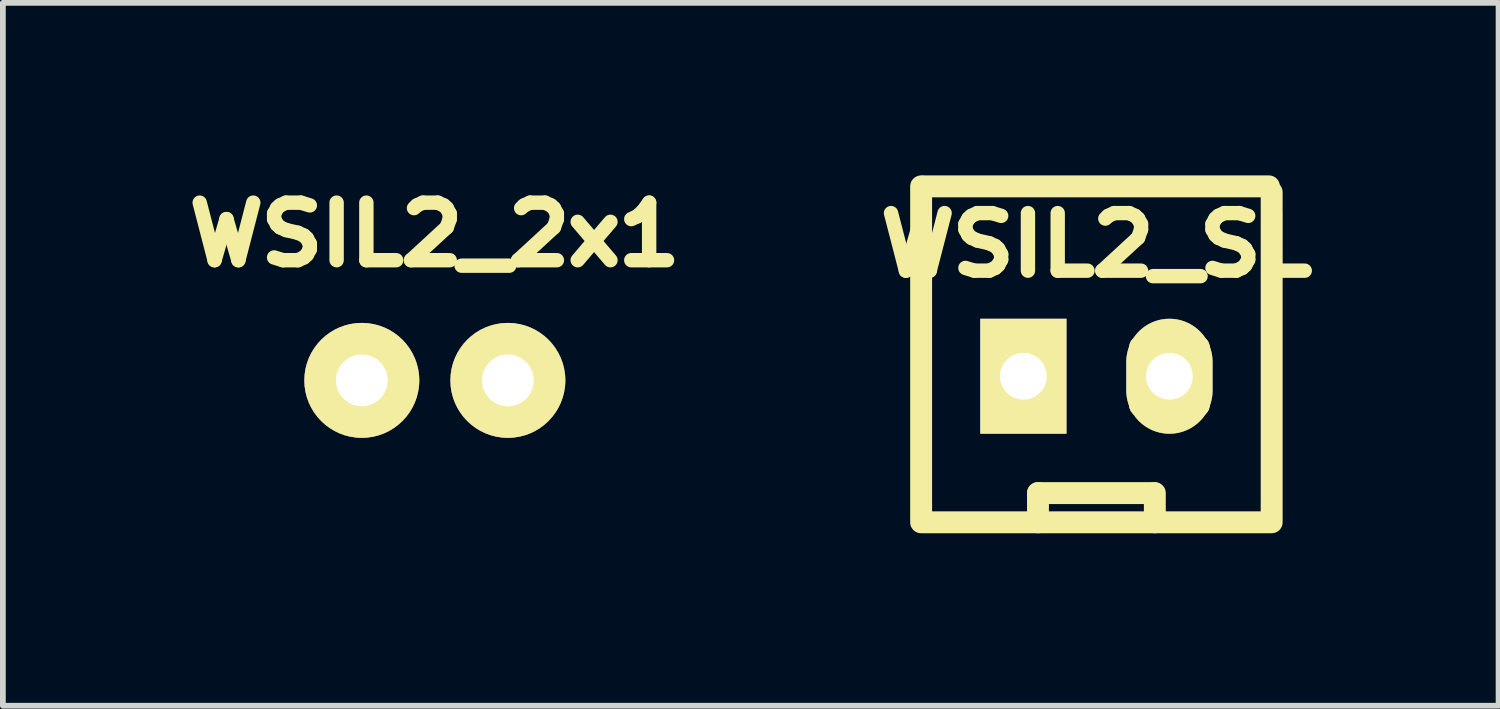
<source format=kicad_pcb>
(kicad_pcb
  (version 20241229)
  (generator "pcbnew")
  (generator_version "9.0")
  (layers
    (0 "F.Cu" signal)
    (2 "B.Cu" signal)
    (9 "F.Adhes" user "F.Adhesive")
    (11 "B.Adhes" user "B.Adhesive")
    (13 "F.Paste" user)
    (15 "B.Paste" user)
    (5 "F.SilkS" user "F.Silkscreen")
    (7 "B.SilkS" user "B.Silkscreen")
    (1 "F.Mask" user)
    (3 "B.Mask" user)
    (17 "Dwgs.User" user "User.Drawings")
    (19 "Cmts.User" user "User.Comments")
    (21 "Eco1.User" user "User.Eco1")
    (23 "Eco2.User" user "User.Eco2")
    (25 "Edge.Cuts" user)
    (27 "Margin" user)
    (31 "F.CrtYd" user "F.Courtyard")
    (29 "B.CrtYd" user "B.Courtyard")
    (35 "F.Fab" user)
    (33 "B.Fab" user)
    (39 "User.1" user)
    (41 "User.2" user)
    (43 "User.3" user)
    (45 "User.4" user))
  (footprint "WSIL2_SL"
    (layer "F.Cu")
    (at 16.017 3.493)
    (property "Reference" "WSIL2_SL" (at 0 -2.286 180) (layer "F.SilkS") (effects (font (size 1.001 1.087) (thickness 0.25))))
    (attr through_hole)
    (fp_line (start -3.048 2.54) (end -3.048 -3.302) (stroke (width 0.381) (type solid)) (layer "F.SilkS"))
    (fp_line (start -3 -3.302) (end 3 -3.302) (stroke (width 0.381) (type solid)) (layer "F.SilkS"))
    (fp_line (start -1.778 -0.508) (end -1.778 0.508) (stroke (width 0.381) (type solid)) (layer "F.SilkS"))
    (fp_line (start -1.778 0.508) (end -0.762 0.508) (stroke (width 0.381) (type solid)) (layer "F.SilkS"))
    (fp_line (start -1.016 2.032) (end 1 2.032) (stroke (width 0.381) (type solid)) (layer "F.SilkS"))
    (fp_line (start -1.016 2.54) (end -1.016 2.032) (stroke (width 0.381) (type solid)) (layer "F.SilkS"))
    (fp_line (start -0.762 -0.508) (end -1.778 -0.508) (stroke (width 0.381) (type solid)) (layer "F.SilkS"))
    (fp_line (start -0.762 0.508) (end -0.762 -0.508) (stroke (width 0.381) (type solid)) (layer "F.SilkS"))
    (fp_line (start 0.762 -0.508) (end 0.762 0.508) (stroke (width 0.381) (type solid)) (layer "F.SilkS"))
    (fp_line (start 0.762 -0.508) (end 1.778 -0.508) (stroke (width 0.381) (type solid)) (layer "F.SilkS"))
    (fp_line (start 1.016 2.032) (end 1.016 2.54) (stroke (width 0.381) (type solid)) (layer "F.SilkS"))
    (fp_line (start 1.778 -0.508) (end 1.778 0.508) (stroke (width 0.381) (type solid)) (layer "F.SilkS"))
    (fp_line (start 1.778 0.508) (end 0.762 0.508) (stroke (width 0.381) (type solid)) (layer "F.SilkS"))
    (fp_line (start 3 2.54) (end -3 2.54) (stroke (width 0.381) (type solid)) (layer "F.SilkS"))
    (fp_line (start 3.048 -3.2) (end 3.048 2.54) (stroke (width 0.381) (type solid)) (layer "F.SilkS"))
    (pad "1" thru_hole rect (at -1.27 0) (size 1.5 1.999) (drill 0.813) (layers "*.Cu" "*.Mask" "F.SilkS"))
    (pad "2" thru_hole oval (at 1.27 0) (size 1.5 1.999) (drill 0.813) (layers "*.Cu" "*.Mask" "F.SilkS")))
  (footprint "WSIL2_2x1"
    (layer "F.Cu")
    (at 4.512 3.565)
    (property "Reference" "WSIL2_2x1" (at 0 -2.54 0) (layer "F.SilkS") (effects (font (size 1.001 1.087) (thickness 0.251))))
    (attr through_hole)
    (pad "1" thru_hole circle (at -1.27 0) (size 1.999 1.999) (drill 0.9) (layers "*.Cu" "*.Mask" "F.SilkS"))
    (pad "2" thru_hole circle (at 1.27 0) (size 1.999 1.999) (drill 0.9) (layers "*.Cu" "*.Mask" "F.SilkS")))
  (gr_rect
    (start -3 -3)
    (end 23.011 9.223)
    (stroke (width 0.1) (type default))
    (fill no)
    (layer "Edge.Cuts")))
</source>
